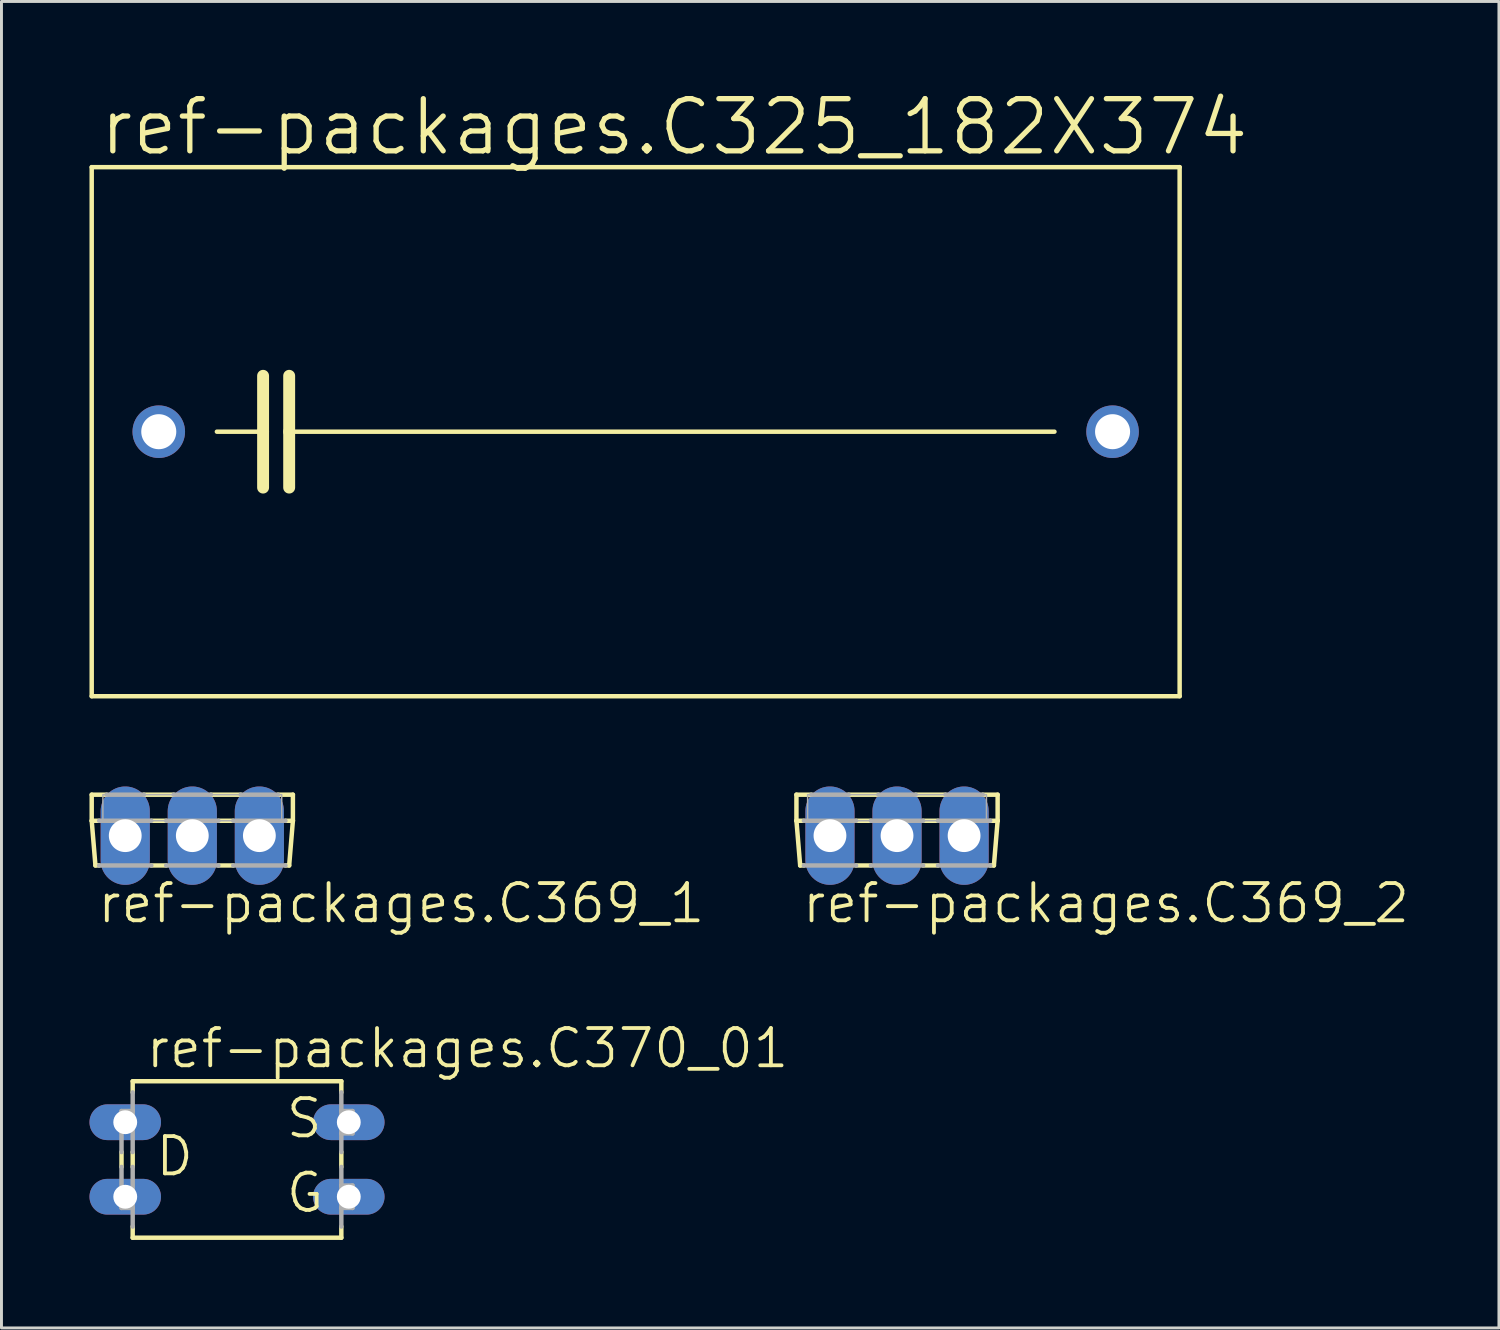
<source format=kicad_pcb>
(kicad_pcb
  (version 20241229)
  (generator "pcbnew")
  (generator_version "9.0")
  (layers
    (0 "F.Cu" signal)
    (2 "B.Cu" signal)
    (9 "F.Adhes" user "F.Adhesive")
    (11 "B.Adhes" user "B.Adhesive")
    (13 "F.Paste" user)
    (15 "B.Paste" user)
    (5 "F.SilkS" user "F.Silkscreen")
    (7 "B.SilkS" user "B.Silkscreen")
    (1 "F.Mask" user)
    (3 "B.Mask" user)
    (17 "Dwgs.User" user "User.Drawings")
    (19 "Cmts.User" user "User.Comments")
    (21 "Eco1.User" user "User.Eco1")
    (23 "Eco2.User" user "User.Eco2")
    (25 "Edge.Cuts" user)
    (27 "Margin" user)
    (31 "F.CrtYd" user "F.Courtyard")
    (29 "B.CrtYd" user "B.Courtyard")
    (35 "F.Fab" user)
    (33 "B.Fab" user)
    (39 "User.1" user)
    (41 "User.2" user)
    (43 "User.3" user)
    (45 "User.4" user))
  (footprint "ref-packages.C325_182X374"
    (layer "F.Cu")
    (at 18.618 11.665)
    (property "Reference" "ref-packages.C325_182X374" (at -18.364 -9.347 0) (layer "F.SilkS") (effects (font (size 1.778 1.778) (thickness 0.18)) (justify left bottom)))
    (attr through_hole)
    (fp_line (start -18.542 -9.017) (end -18.542 9.017) (stroke (width 0.152) (type default)) (layer "F.SilkS"))
    (fp_line (start -18.542 9.017) (end 18.542 9.017) (stroke (width 0.152) (type default)) (layer "F.SilkS"))
    (fp_line (start -14.275 0) (end -12.7 0) (stroke (width 0.152) (type default)) (layer "F.SilkS"))
    (fp_line (start -12.7 -1.905) (end -12.7 0) (stroke (width 0.406) (type default)) (layer "F.SilkS"))
    (fp_line (start -12.7 0) (end -12.7 1.905) (stroke (width 0.406) (type default)) (layer "F.SilkS"))
    (fp_line (start -11.811 -1.905) (end -11.811 0) (stroke (width 0.406) (type default)) (layer "F.SilkS"))
    (fp_line (start -11.811 0) (end -11.811 1.905) (stroke (width 0.406) (type default)) (layer "F.SilkS"))
    (fp_line (start -11.811 0) (end 14.275 0) (stroke (width 0.152) (type default)) (layer "F.SilkS"))
    (fp_line (start 18.542 -9.017) (end -18.542 -9.017) (stroke (width 0.152) (type default)) (layer "F.SilkS"))
    (fp_line (start 18.542 -9.017) (end 18.542 9.017) (stroke (width 0.152) (type default)) (layer "F.SilkS"))
    (pad "1" thru_hole circle (at -16.256 0) (size 1.791 1.791) (drill 1.194) (layers "*.Cu" "*.Mask"))
    (pad "2" thru_hole circle (at 16.256 0) (size 1.791 1.791) (drill 1.194) (layers "*.Cu" "*.Mask")))
  (footprint "ref-packages.C369_2"
    (layer "F.Cu")
    (at 27.527 24.038)
    (property "Reference" "ref-packages.C369_2" (at -3.302 4.445 0) (layer "F.SilkS") (effects (font (size 1.27 1.27) (thickness 0.13)) (justify left bottom)))
    (attr through_hole)
    (fp_line (start -3.429 0) (end -3.429 0.889) (stroke (width 0.152) (type default)) (layer "F.SilkS"))
    (fp_line (start -3.429 0) (end -2.921 0) (stroke (width 0.152) (type default)) (layer "F.SilkS"))
    (fp_line (start -3.429 0.889) (end -3.302 2.413) (stroke (width 0.152) (type default)) (layer "F.SilkS"))
    (fp_line (start -3.429 0.889) (end -3.175 0.889) (stroke (width 0.152) (type default)) (layer "F.SilkS"))
    (fp_line (start -3.302 2.413) (end -3.175 2.413) (stroke (width 0.152) (type default)) (layer "F.SilkS"))
    (fp_line (start -1.397 0.889) (end -0.889 0.889) (stroke (width 0.152) (type default)) (layer "F.SilkS"))
    (fp_line (start -0.889 2.413) (end -1.397 2.413) (stroke (width 0.152) (type default)) (layer "F.SilkS"))
    (fp_line (start -0.635 0) (end -1.651 0) (stroke (width 0.152) (type default)) (layer "F.SilkS"))
    (fp_line (start 0.889 0.889) (end 1.397 0.889) (stroke (width 0.152) (type default)) (layer "F.SilkS"))
    (fp_line (start 1.397 2.413) (end 0.889 2.413) (stroke (width 0.152) (type default)) (layer "F.SilkS"))
    (fp_line (start 1.651 0) (end 0.635 0) (stroke (width 0.152) (type default)) (layer "F.SilkS"))
    (fp_line (start 3.302 2.413) (end 3.175 2.413) (stroke (width 0.152) (type default)) (layer "F.SilkS"))
    (fp_line (start 3.429 0) (end 2.921 0) (stroke (width 0.152) (type default)) (layer "F.SilkS"))
    (fp_line (start 3.429 0) (end 3.429 0.889) (stroke (width 0.152) (type default)) (layer "F.SilkS"))
    (fp_line (start 3.429 0.889) (end 3.175 0.889) (stroke (width 0.152) (type default)) (layer "F.SilkS"))
    (fp_line (start 3.429 0.889) (end 3.302 2.413) (stroke (width 0.152) (type default)) (layer "F.SilkS"))
    (fp_line (start -3.175 0.889) (end -1.397 0.889) (stroke (width 0.152) (type default)) (layer "F.Fab"))
    (fp_line (start -3.175 2.413) (end -1.397 2.413) (stroke (width 0.152) (type default)) (layer "F.Fab"))
    (fp_line (start -2.921 0) (end -1.651 0) (stroke (width 0.152) (type default)) (layer "F.Fab"))
    (fp_line (start -0.889 0.889) (end 0.889 0.889) (stroke (width 0.152) (type default)) (layer "F.Fab"))
    (fp_line (start 0.635 0) (end -0.635 0) (stroke (width 0.152) (type default)) (layer "F.Fab"))
    (fp_line (start 0.889 2.413) (end -0.889 2.413) (stroke (width 0.152) (type default)) (layer "F.Fab"))
    (fp_line (start 2.921 0) (end 1.651 0) (stroke (width 0.152) (type default)) (layer "F.Fab"))
    (fp_line (start 3.175 0.889) (end 1.397 0.889) (stroke (width 0.152) (type default)) (layer "F.Fab"))
    (fp_line (start 3.175 2.413) (end 1.397 2.413) (stroke (width 0.152) (type default)) (layer "F.Fab"))
    (fp_rect (start -3.048 0.889) (end 3.048 0) (stroke (width 0.05) (type default)) (fill no) (layer "F.Fab"))
    (pad "B" thru_hole oval (at -2.286 1.397 90) (size 3.353 1.676) (drill 1.118) (layers "*.Cu" "*.Mask"))
    (pad "C" thru_hole oval (at 0 1.397 90) (size 3.353 1.676) (drill 1.118) (layers "*.Cu" "*.Mask"))
    (pad "E" thru_hole oval (at 2.286 1.397 90) (size 3.353 1.676) (drill 1.118) (layers "*.Cu" "*.Mask")))
  (footprint "ref-packages.C370_01"
    (layer "F.Cu")
    (at 5.029 36.473)
    (property "Reference" "ref-packages.C370_01" (at -3.175 -3.048 0) (layer "F.SilkS") (effects (font (size 1.27 1.27) (thickness 0.13)) (justify left bottom)))
    (attr through_hole)
    (fp_line (start -3.937 0.254) (end -3.937 -0.254) (stroke (width 0.152) (type default)) (layer "F.SilkS"))
    (fp_line (start -3.556 -2.667) (end -3.556 -2.286) (stroke (width 0.152) (type default)) (layer "F.SilkS"))
    (fp_line (start -3.556 0.254) (end -3.556 -0.254) (stroke (width 0.152) (type default)) (layer "F.SilkS"))
    (fp_line (start -3.556 2.286) (end -3.556 2.667) (stroke (width 0.152) (type default)) (layer "F.SilkS"))
    (fp_line (start 3.556 -2.667) (end -3.556 -2.667) (stroke (width 0.152) (type default)) (layer "F.SilkS"))
    (fp_line (start 3.556 -2.286) (end 3.556 -2.667) (stroke (width 0.152) (type default)) (layer "F.SilkS"))
    (fp_line (start 3.556 0.254) (end 3.556 -0.254) (stroke (width 0.152) (type default)) (layer "F.SilkS"))
    (fp_line (start 3.556 2.667) (end -3.556 2.667) (stroke (width 0.152) (type default)) (layer "F.SilkS"))
    (fp_line (start 3.556 2.667) (end 3.556 2.286) (stroke (width 0.152) (type default)) (layer "F.SilkS"))
    (fp_line (start -3.937 -0.254) (end -3.937 -1.651) (stroke (width 0.152) (type default)) (layer "F.Fab"))
    (fp_line (start -3.937 1.651) (end -3.937 0.254) (stroke (width 0.152) (type default)) (layer "F.Fab"))
    (fp_line (start -3.937 1.651) (end -3.556 1.651) (stroke (width 0.152) (type default)) (layer "F.Fab"))
    (fp_line (start -3.556 -1.651) (end -3.937 -1.651) (stroke (width 0.152) (type default)) (layer "F.Fab"))
    (fp_line (start -3.556 -1.651) (end -3.556 -2.286) (stroke (width 0.152) (type default)) (layer "F.Fab"))
    (fp_line (start -3.556 -0.254) (end -3.556 -1.651) (stroke (width 0.152) (type default)) (layer "F.Fab"))
    (fp_line (start -3.556 1.651) (end -3.556 0.254) (stroke (width 0.152) (type default)) (layer "F.Fab"))
    (fp_line (start -3.556 2.286) (end -3.556 1.651) (stroke (width 0.152) (type default)) (layer "F.Fab"))
    (fp_line (start 3.556 -1.651) (end 3.556 -2.286) (stroke (width 0.152) (type default)) (layer "F.Fab"))
    (fp_line (start 3.556 -1.651) (end 3.937 -1.651) (stroke (width 0.152) (type default)) (layer "F.Fab"))
    (fp_line (start 3.556 -0.889) (end 3.556 -1.651) (stroke (width 0.152) (type default)) (layer "F.Fab"))
    (fp_line (start 3.556 -0.254) (end 3.556 -0.889) (stroke (width 0.152) (type default)) (layer "F.Fab"))
    (fp_line (start 3.556 0.889) (end 3.556 0.254) (stroke (width 0.152) (type default)) (layer "F.Fab"))
    (fp_line (start 3.556 0.889) (end 3.937 0.889) (stroke (width 0.152) (type default)) (layer "F.Fab"))
    (fp_line (start 3.556 1.651) (end 3.556 0.889) (stroke (width 0.152) (type default)) (layer "F.Fab"))
    (fp_line (start 3.556 2.286) (end 3.556 1.651) (stroke (width 0.152) (type default)) (layer "F.Fab"))
    (fp_line (start 3.937 -1.651) (end 3.937 -0.889) (stroke (width 0.152) (type default)) (layer "F.Fab"))
    (fp_line (start 3.937 -0.889) (end 3.556 -0.889) (stroke (width 0.152) (type default)) (layer "F.Fab"))
    (fp_line (start 3.937 0.889) (end 3.937 1.651) (stroke (width 0.152) (type default)) (layer "F.Fab"))
    (fp_line (start 3.937 1.651) (end 3.556 1.651) (stroke (width 0.152) (type default)) (layer "F.Fab"))
    (fp_text user "S" (at 1.6 -0.66 0) (layer "F.SilkS") (effects (font (size 1.27 1.27) (thickness 0.13)) (justify left bottom)))
    (fp_text user "G" (at 1.6 1.88 0) (layer "F.SilkS") (effects (font (size 1.27 1.27) (thickness 0.13)) (justify left bottom)))
    (fp_text user "D" (at -2.845 0.635 0) (layer "F.SilkS") (effects (font (size 1.27 1.27) (thickness 0.13)) (justify left bottom)))
    (pad "D" thru_hole oval (at -3.81 -1.27) (size 2.438 1.219) (drill 0.813) (layers "*.Cu" "*.Mask"))
    (pad "D1" thru_hole oval (at -3.81 1.27) (size 2.438 1.219) (drill 0.813) (layers "*.Cu" "*.Mask"))
    (pad "G" thru_hole oval (at 3.81 1.27) (size 2.438 1.219) (drill 0.813) (layers "*.Cu" "*.Mask"))
    (pad "S" thru_hole oval (at 3.81 -1.27) (size 2.438 1.219) (drill 0.813) (layers "*.Cu" "*.Mask")))
  (footprint "ref-packages.C369_1"
    (layer "F.Cu")
    (at 3.505 24.038)
    (property "Reference" "ref-packages.C369_1" (at -3.302 4.445 0) (layer "F.SilkS") (effects (font (size 1.27 1.27) (thickness 0.13)) (justify left bottom)))
    (attr through_hole)
    (fp_line (start -3.429 0) (end -3.429 0.889) (stroke (width 0.152) (type default)) (layer "F.SilkS"))
    (fp_line (start -3.429 0) (end -2.921 0) (stroke (width 0.152) (type default)) (layer "F.SilkS"))
    (fp_line (start -3.429 0.889) (end -3.302 2.413) (stroke (width 0.152) (type default)) (layer "F.SilkS"))
    (fp_line (start -3.429 0.889) (end -3.175 0.889) (stroke (width 0.152) (type default)) (layer "F.SilkS"))
    (fp_line (start -3.302 2.413) (end -3.175 2.413) (stroke (width 0.152) (type default)) (layer "F.SilkS"))
    (fp_line (start -1.397 0.889) (end -0.889 0.889) (stroke (width 0.152) (type default)) (layer "F.SilkS"))
    (fp_line (start -0.889 2.413) (end -1.397 2.413) (stroke (width 0.152) (type default)) (layer "F.SilkS"))
    (fp_line (start -0.635 0) (end -1.651 0) (stroke (width 0.152) (type default)) (layer "F.SilkS"))
    (fp_line (start 0.889 0.889) (end 1.397 0.889) (stroke (width 0.152) (type default)) (layer "F.SilkS"))
    (fp_line (start 1.397 2.413) (end 0.889 2.413) (stroke (width 0.152) (type default)) (layer "F.SilkS"))
    (fp_line (start 1.651 0) (end 0.635 0) (stroke (width 0.152) (type default)) (layer "F.SilkS"))
    (fp_line (start 3.302 2.413) (end 3.175 2.413) (stroke (width 0.152) (type default)) (layer "F.SilkS"))
    (fp_line (start 3.429 0) (end 2.921 0) (stroke (width 0.152) (type default)) (layer "F.SilkS"))
    (fp_line (start 3.429 0) (end 3.429 0.889) (stroke (width 0.152) (type default)) (layer "F.SilkS"))
    (fp_line (start 3.429 0.889) (end 3.175 0.889) (stroke (width 0.152) (type default)) (layer "F.SilkS"))
    (fp_line (start 3.429 0.889) (end 3.302 2.413) (stroke (width 0.152) (type default)) (layer "F.SilkS"))
    (fp_line (start -3.175 0.889) (end -1.397 0.889) (stroke (width 0.152) (type default)) (layer "F.Fab"))
    (fp_line (start -3.175 2.413) (end -1.397 2.413) (stroke (width 0.152) (type default)) (layer "F.Fab"))
    (fp_line (start -2.921 0) (end -1.651 0) (stroke (width 0.152) (type default)) (layer "F.Fab"))
    (fp_line (start -0.889 0.889) (end 0.889 0.889) (stroke (width 0.152) (type default)) (layer "F.Fab"))
    (fp_line (start 0.635 0) (end -0.635 0) (stroke (width 0.152) (type default)) (layer "F.Fab"))
    (fp_line (start 0.889 2.413) (end -0.889 2.413) (stroke (width 0.152) (type default)) (layer "F.Fab"))
    (fp_line (start 2.921 0) (end 1.651 0) (stroke (width 0.152) (type default)) (layer "F.Fab"))
    (fp_line (start 3.175 0.889) (end 1.397 0.889) (stroke (width 0.152) (type default)) (layer "F.Fab"))
    (fp_line (start 3.175 2.413) (end 1.397 2.413) (stroke (width 0.152) (type default)) (layer "F.Fab"))
    (fp_rect (start -3.048 0.889) (end 3.048 0) (stroke (width 0.05) (type default)) (fill no) (layer "F.Fab"))
    (pad "D" thru_hole oval (at 0 1.397 90) (size 3.353 1.676) (drill 1.118) (layers "*.Cu" "*.Mask"))
    (pad "G" thru_hole oval (at -2.286 1.397 90) (size 3.353 1.676) (drill 1.118) (layers "*.Cu" "*.Mask"))
    (pad "S" thru_hole oval (at 2.286 1.397 90) (size 3.353 1.676) (drill 1.118) (layers "*.Cu" "*.Mask")))
  (gr_rect
    (start -3 -3)
    (end 48.044 42.216)
    (stroke (width 0.1) (type default))
    (fill no)
    (layer "Edge.Cuts")))
</source>
